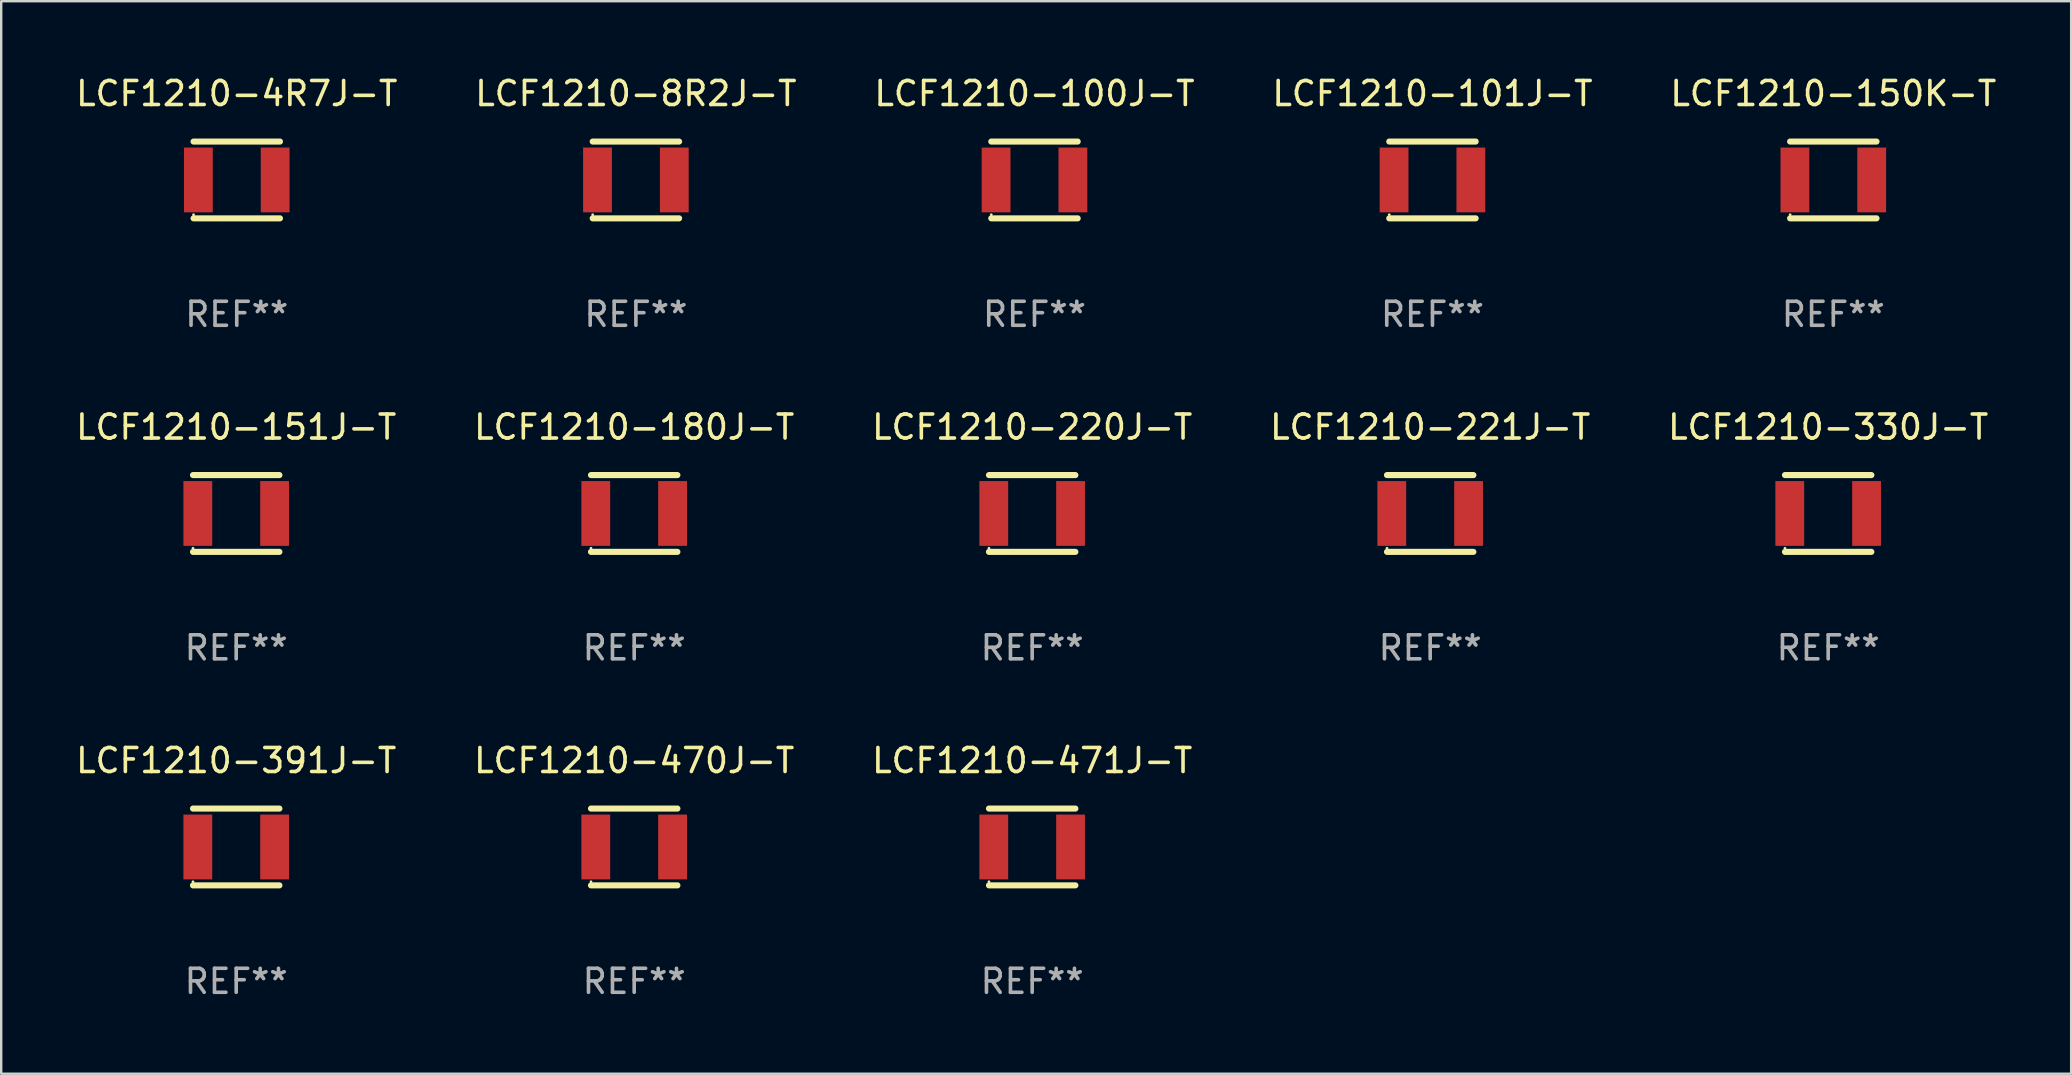
<source format=kicad_pcb>
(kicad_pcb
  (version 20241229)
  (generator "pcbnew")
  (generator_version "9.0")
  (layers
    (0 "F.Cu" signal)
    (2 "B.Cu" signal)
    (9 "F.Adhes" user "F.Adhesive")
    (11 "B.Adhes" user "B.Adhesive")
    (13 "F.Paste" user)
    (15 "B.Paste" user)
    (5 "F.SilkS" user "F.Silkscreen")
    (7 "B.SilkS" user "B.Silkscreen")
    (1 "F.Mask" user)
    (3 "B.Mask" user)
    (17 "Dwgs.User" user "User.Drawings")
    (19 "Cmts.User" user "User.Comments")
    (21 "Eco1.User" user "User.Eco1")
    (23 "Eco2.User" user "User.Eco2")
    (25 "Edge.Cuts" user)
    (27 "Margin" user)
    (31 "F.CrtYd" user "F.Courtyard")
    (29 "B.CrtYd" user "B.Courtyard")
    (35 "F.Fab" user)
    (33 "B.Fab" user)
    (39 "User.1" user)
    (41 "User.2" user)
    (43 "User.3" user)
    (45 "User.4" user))
  (footprint "LCF1210-220J-T"
    (layer "F.Cu")
    (at 39.958 18.345)
    (property "Reference" "LCF1210-220J-T" (at 0 -3.6 0) (layer "F.SilkS") (effects (font (size 1 1) (thickness 0.15))))
    (attr through_hole)
    (fp_line (start -1.8 -1.6) (end 1.8 -1.6) (stroke (width 0.254) (type solid)) (layer "F.SilkS"))
    (fp_line (start -1.8 1.6) (end 1.8 1.6) (stroke (width 0.254) (type solid)) (layer "F.SilkS"))
    (fp_circle (center -1.8 1.45) (end -1.77 1.45) (stroke (width 0.06) (type solid)) (fill no) (layer "F.SilkS"))
    (fp_text user "REF**" (at 0 5.6 0) (layer "F.Fab") (effects (font (size 1 1) (thickness 0.15))))
    (pad "1" smd rect (at -1.6 0 90) (size 2.7 1.2) (layers "F.Cu" "F.Mask" "F.Paste"))
    (pad "2" smd rect (at 1.6 0 90) (size 2.7 1.2) (layers "F.Cu" "F.Mask" "F.Paste")))
  (footprint "LCF1210-180J-T"
    (layer "F.Cu")
    (at 23.375 18.345)
    (property "Reference" "LCF1210-180J-T" (at 0 -3.6 0) (layer "F.SilkS") (effects (font (size 1 1) (thickness 0.15))))
    (attr through_hole)
    (fp_line (start -1.8 -1.6) (end 1.8 -1.6) (stroke (width 0.254) (type solid)) (layer "F.SilkS"))
    (fp_line (start -1.8 1.6) (end 1.8 1.6) (stroke (width 0.254) (type solid)) (layer "F.SilkS"))
    (fp_circle (center -1.8 1.45) (end -1.77 1.45) (stroke (width 0.06) (type solid)) (fill no) (layer "F.SilkS"))
    (fp_text user "REF**" (at 0 5.6 0) (layer "F.Fab") (effects (font (size 1 1) (thickness 0.15))))
    (pad "1" smd rect (at -1.6 0 90) (size 2.7 1.2) (layers "F.Cu" "F.Mask" "F.Paste"))
    (pad "2" smd rect (at 1.6 0 90) (size 2.7 1.2) (layers "F.Cu" "F.Mask" "F.Paste")))
  (footprint "LCF1210-100J-T"
    (layer "F.Cu")
    (at 40.054 4.448)
    (property "Reference" "LCF1210-100J-T" (at 0 -3.6 0) (layer "F.SilkS") (effects (font (size 1 1) (thickness 0.15))))
    (attr through_hole)
    (fp_line (start -1.8 -1.6) (end 1.8 -1.6) (stroke (width 0.254) (type solid)) (layer "F.SilkS"))
    (fp_line (start -1.8 1.6) (end 1.8 1.6) (stroke (width 0.254) (type solid)) (layer "F.SilkS"))
    (fp_circle (center -1.8 1.45) (end -1.77 1.45) (stroke (width 0.06) (type solid)) (fill no) (layer "F.SilkS"))
    (fp_text user "REF**" (at 0 5.6 0) (layer "F.Fab") (effects (font (size 1 1) (thickness 0.15))))
    (pad "1" smd rect (at -1.6 0 90) (size 2.7 1.2) (layers "F.Cu" "F.Mask" "F.Paste"))
    (pad "2" smd rect (at 1.6 0 90) (size 2.7 1.2) (layers "F.Cu" "F.Mask" "F.Paste")))
  (footprint "LCF1210-151J-T"
    (layer "F.Cu")
    (at 6.792 18.345)
    (property "Reference" "LCF1210-151J-T" (at 0 -3.6 0) (layer "F.SilkS") (effects (font (size 1 1) (thickness 0.15))))
    (attr through_hole)
    (fp_line (start -1.8 -1.6) (end 1.8 -1.6) (stroke (width 0.254) (type solid)) (layer "F.SilkS"))
    (fp_line (start -1.8 1.6) (end 1.8 1.6) (stroke (width 0.254) (type solid)) (layer "F.SilkS"))
    (fp_circle (center -1.8 1.45) (end -1.77 1.45) (stroke (width 0.06) (type solid)) (fill no) (layer "F.SilkS"))
    (fp_text user "REF**" (at 0 5.6 0) (layer "F.Fab") (effects (font (size 1 1) (thickness 0.15))))
    (pad "1" smd rect (at -1.6 0 90) (size 2.7 1.2) (layers "F.Cu" "F.Mask" "F.Paste"))
    (pad "2" smd rect (at 1.6 0 90) (size 2.7 1.2) (layers "F.Cu" "F.Mask" "F.Paste")))
  (footprint "LCF1210-150K-T"
    (layer "F.Cu")
    (at 73.339 4.448)
    (property "Reference" "LCF1210-150K-T" (at 0 -3.6 0) (layer "F.SilkS") (effects (font (size 1 1) (thickness 0.15))))
    (attr through_hole)
    (fp_line (start -1.8 -1.6) (end 1.8 -1.6) (stroke (width 0.254) (type solid)) (layer "F.SilkS"))
    (fp_line (start -1.8 1.6) (end 1.8 1.6) (stroke (width 0.254) (type solid)) (layer "F.SilkS"))
    (fp_circle (center -1.8 1.45) (end -1.77 1.45) (stroke (width 0.06) (type solid)) (fill no) (layer "F.SilkS"))
    (fp_text user "REF**" (at 0 5.6 0) (layer "F.Fab") (effects (font (size 1 1) (thickness 0.15))))
    (pad "1" smd rect (at -1.6 0 90) (size 2.7 1.2) (layers "F.Cu" "F.Mask" "F.Paste"))
    (pad "2" smd rect (at 1.6 0 90) (size 2.7 1.2) (layers "F.Cu" "F.Mask" "F.Paste")))
  (footprint "LCF1210-221J-T"
    (layer "F.Cu")
    (at 56.542 18.345)
    (property "Reference" "LCF1210-221J-T" (at 0 -3.6 0) (layer "F.SilkS") (effects (font (size 1 1) (thickness 0.15))))
    (attr through_hole)
    (fp_line (start -1.8 -1.6) (end 1.8 -1.6) (stroke (width 0.254) (type solid)) (layer "F.SilkS"))
    (fp_line (start -1.8 1.6) (end 1.8 1.6) (stroke (width 0.254) (type solid)) (layer "F.SilkS"))
    (fp_circle (center -1.8 1.45) (end -1.77 1.45) (stroke (width 0.06) (type solid)) (fill no) (layer "F.SilkS"))
    (fp_text user "REF**" (at 0 5.6 0) (layer "F.Fab") (effects (font (size 1 1) (thickness 0.15))))
    (pad "1" smd rect (at -1.6 0 90) (size 2.7 1.2) (layers "F.Cu" "F.Mask" "F.Paste"))
    (pad "2" smd rect (at 1.6 0 90) (size 2.7 1.2) (layers "F.Cu" "F.Mask" "F.Paste")))
  (footprint "LCF1210-470J-T"
    (layer "F.Cu")
    (at 23.375 32.241)
    (property "Reference" "LCF1210-470J-T" (at 0 -3.6 0) (layer "F.SilkS") (effects (font (size 1 1) (thickness 0.15))))
    (attr through_hole)
    (fp_line (start -1.8 -1.6) (end 1.8 -1.6) (stroke (width 0.254) (type solid)) (layer "F.SilkS"))
    (fp_line (start -1.8 1.6) (end 1.8 1.6) (stroke (width 0.254) (type solid)) (layer "F.SilkS"))
    (fp_circle (center -1.8 1.45) (end -1.77 1.45) (stroke (width 0.06) (type solid)) (fill no) (layer "F.SilkS"))
    (fp_text user "REF**" (at 0 5.6 0) (layer "F.Fab") (effects (font (size 1 1) (thickness 0.15))))
    (pad "1" smd rect (at -1.6 0 90) (size 2.7 1.2) (layers "F.Cu" "F.Mask" "F.Paste"))
    (pad "2" smd rect (at 1.6 0 90) (size 2.7 1.2) (layers "F.Cu" "F.Mask" "F.Paste")))
  (footprint "LCF1210-471J-T"
    (layer "F.Cu")
    (at 39.958 32.241)
    (property "Reference" "LCF1210-471J-T" (at 0 -3.6 0) (layer "F.SilkS") (effects (font (size 1 1) (thickness 0.15))))
    (attr through_hole)
    (fp_line (start -1.8 -1.6) (end 1.8 -1.6) (stroke (width 0.254) (type solid)) (layer "F.SilkS"))
    (fp_line (start -1.8 1.6) (end 1.8 1.6) (stroke (width 0.254) (type solid)) (layer "F.SilkS"))
    (fp_circle (center -1.8 1.45) (end -1.77 1.45) (stroke (width 0.06) (type solid)) (fill no) (layer "F.SilkS"))
    (fp_text user "REF**" (at 0 5.6 0) (layer "F.Fab") (effects (font (size 1 1) (thickness 0.15))))
    (pad "1" smd rect (at -1.6 0 90) (size 2.7 1.2) (layers "F.Cu" "F.Mask" "F.Paste"))
    (pad "2" smd rect (at 1.6 0 90) (size 2.7 1.2) (layers "F.Cu" "F.Mask" "F.Paste")))
  (footprint "LCF1210-330J-T"
    (layer "F.Cu")
    (at 73.125 18.345)
    (property "Reference" "LCF1210-330J-T" (at 0 -3.6 0) (layer "F.SilkS") (effects (font (size 1 1) (thickness 0.15))))
    (attr through_hole)
    (fp_line (start -1.8 -1.6) (end 1.8 -1.6) (stroke (width 0.254) (type solid)) (layer "F.SilkS"))
    (fp_line (start -1.8 1.6) (end 1.8 1.6) (stroke (width 0.254) (type solid)) (layer "F.SilkS"))
    (fp_circle (center -1.8 1.45) (end -1.77 1.45) (stroke (width 0.06) (type solid)) (fill no) (layer "F.SilkS"))
    (fp_text user "REF**" (at 0 5.6 0) (layer "F.Fab") (effects (font (size 1 1) (thickness 0.15))))
    (pad "1" smd rect (at -1.6 0 90) (size 2.7 1.2) (layers "F.Cu" "F.Mask" "F.Paste"))
    (pad "2" smd rect (at 1.6 0 90) (size 2.7 1.2) (layers "F.Cu" "F.Mask" "F.Paste")))
  (footprint "LCF1210-4R7J-T"
    (layer "F.Cu")
    (at 6.815 4.448)
    (property "Reference" "LCF1210-4R7J-T" (at 0 -3.6 0) (layer "F.SilkS") (effects (font (size 1 1) (thickness 0.15))))
    (attr through_hole)
    (fp_line (start -1.8 -1.6) (end 1.8 -1.6) (stroke (width 0.254) (type solid)) (layer "F.SilkS"))
    (fp_line (start -1.8 1.6) (end 1.8 1.6) (stroke (width 0.254) (type solid)) (layer "F.SilkS"))
    (fp_circle (center -1.8 1.45) (end -1.77 1.45) (stroke (width 0.06) (type solid)) (fill no) (layer "F.SilkS"))
    (fp_text user "REF**" (at 0 5.6 0) (layer "F.Fab") (effects (font (size 1 1) (thickness 0.15))))
    (pad "1" smd rect (at -1.6 0 90) (size 2.7 1.2) (layers "F.Cu" "F.Mask" "F.Paste"))
    (pad "2" smd rect (at 1.6 0 90) (size 2.7 1.2) (layers "F.Cu" "F.Mask" "F.Paste")))
  (footprint "LCF1210-8R2J-T"
    (layer "F.Cu")
    (at 23.446 4.448)
    (property "Reference" "LCF1210-8R2J-T" (at 0 -3.6 0) (layer "F.SilkS") (effects (font (size 1 1) (thickness 0.15))))
    (attr through_hole)
    (fp_line (start -1.8 -1.6) (end 1.8 -1.6) (stroke (width 0.254) (type solid)) (layer "F.SilkS"))
    (fp_line (start -1.8 1.6) (end 1.8 1.6) (stroke (width 0.254) (type solid)) (layer "F.SilkS"))
    (fp_circle (center -1.8 1.45) (end -1.77 1.45) (stroke (width 0.06) (type solid)) (fill no) (layer "F.SilkS"))
    (fp_text user "REF**" (at 0 5.6 0) (layer "F.Fab") (effects (font (size 1 1) (thickness 0.15))))
    (pad "1" smd rect (at -1.6 0 90) (size 2.7 1.2) (layers "F.Cu" "F.Mask" "F.Paste"))
    (pad "2" smd rect (at 1.6 0 90) (size 2.7 1.2) (layers "F.Cu" "F.Mask" "F.Paste")))
  (footprint "LCF1210-391J-T"
    (layer "F.Cu")
    (at 6.792 32.241)
    (property "Reference" "LCF1210-391J-T" (at 0 -3.6 0) (layer "F.SilkS") (effects (font (size 1 1) (thickness 0.15))))
    (attr through_hole)
    (fp_line (start -1.8 -1.6) (end 1.8 -1.6) (stroke (width 0.254) (type solid)) (layer "F.SilkS"))
    (fp_line (start -1.8 1.6) (end 1.8 1.6) (stroke (width 0.254) (type solid)) (layer "F.SilkS"))
    (fp_circle (center -1.8 1.45) (end -1.77 1.45) (stroke (width 0.06) (type solid)) (fill no) (layer "F.SilkS"))
    (fp_text user "REF**" (at 0 5.6 0) (layer "F.Fab") (effects (font (size 1 1) (thickness 0.15))))
    (pad "1" smd rect (at -1.6 0 90) (size 2.7 1.2) (layers "F.Cu" "F.Mask" "F.Paste"))
    (pad "2" smd rect (at 1.6 0 90) (size 2.7 1.2) (layers "F.Cu" "F.Mask" "F.Paste")))
  (footprint "LCF1210-101J-T"
    (layer "F.Cu")
    (at 56.637 4.448)
    (property "Reference" "LCF1210-101J-T" (at 0 -3.6 0) (layer "F.SilkS") (effects (font (size 1 1) (thickness 0.15))))
    (attr through_hole)
    (fp_line (start -1.8 -1.6) (end 1.8 -1.6) (stroke (width 0.254) (type solid)) (layer "F.SilkS"))
    (fp_line (start -1.8 1.6) (end 1.8 1.6) (stroke (width 0.254) (type solid)) (layer "F.SilkS"))
    (fp_circle (center -1.8 1.45) (end -1.77 1.45) (stroke (width 0.06) (type solid)) (fill no) (layer "F.SilkS"))
    (fp_text user "REF**" (at 0 5.6 0) (layer "F.Fab") (effects (font (size 1 1) (thickness 0.15))))
    (pad "1" smd rect (at -1.6 0 90) (size 2.7 1.2) (layers "F.Cu" "F.Mask" "F.Paste"))
    (pad "2" smd rect (at 1.6 0 90) (size 2.7 1.2) (layers "F.Cu" "F.Mask" "F.Paste")))
  (gr_rect
    (start -3 -3)
    (end 83.25 41.69)
    (stroke (width 0.1) (type default))
    (fill no)
    (layer "Edge.Cuts")))
</source>
